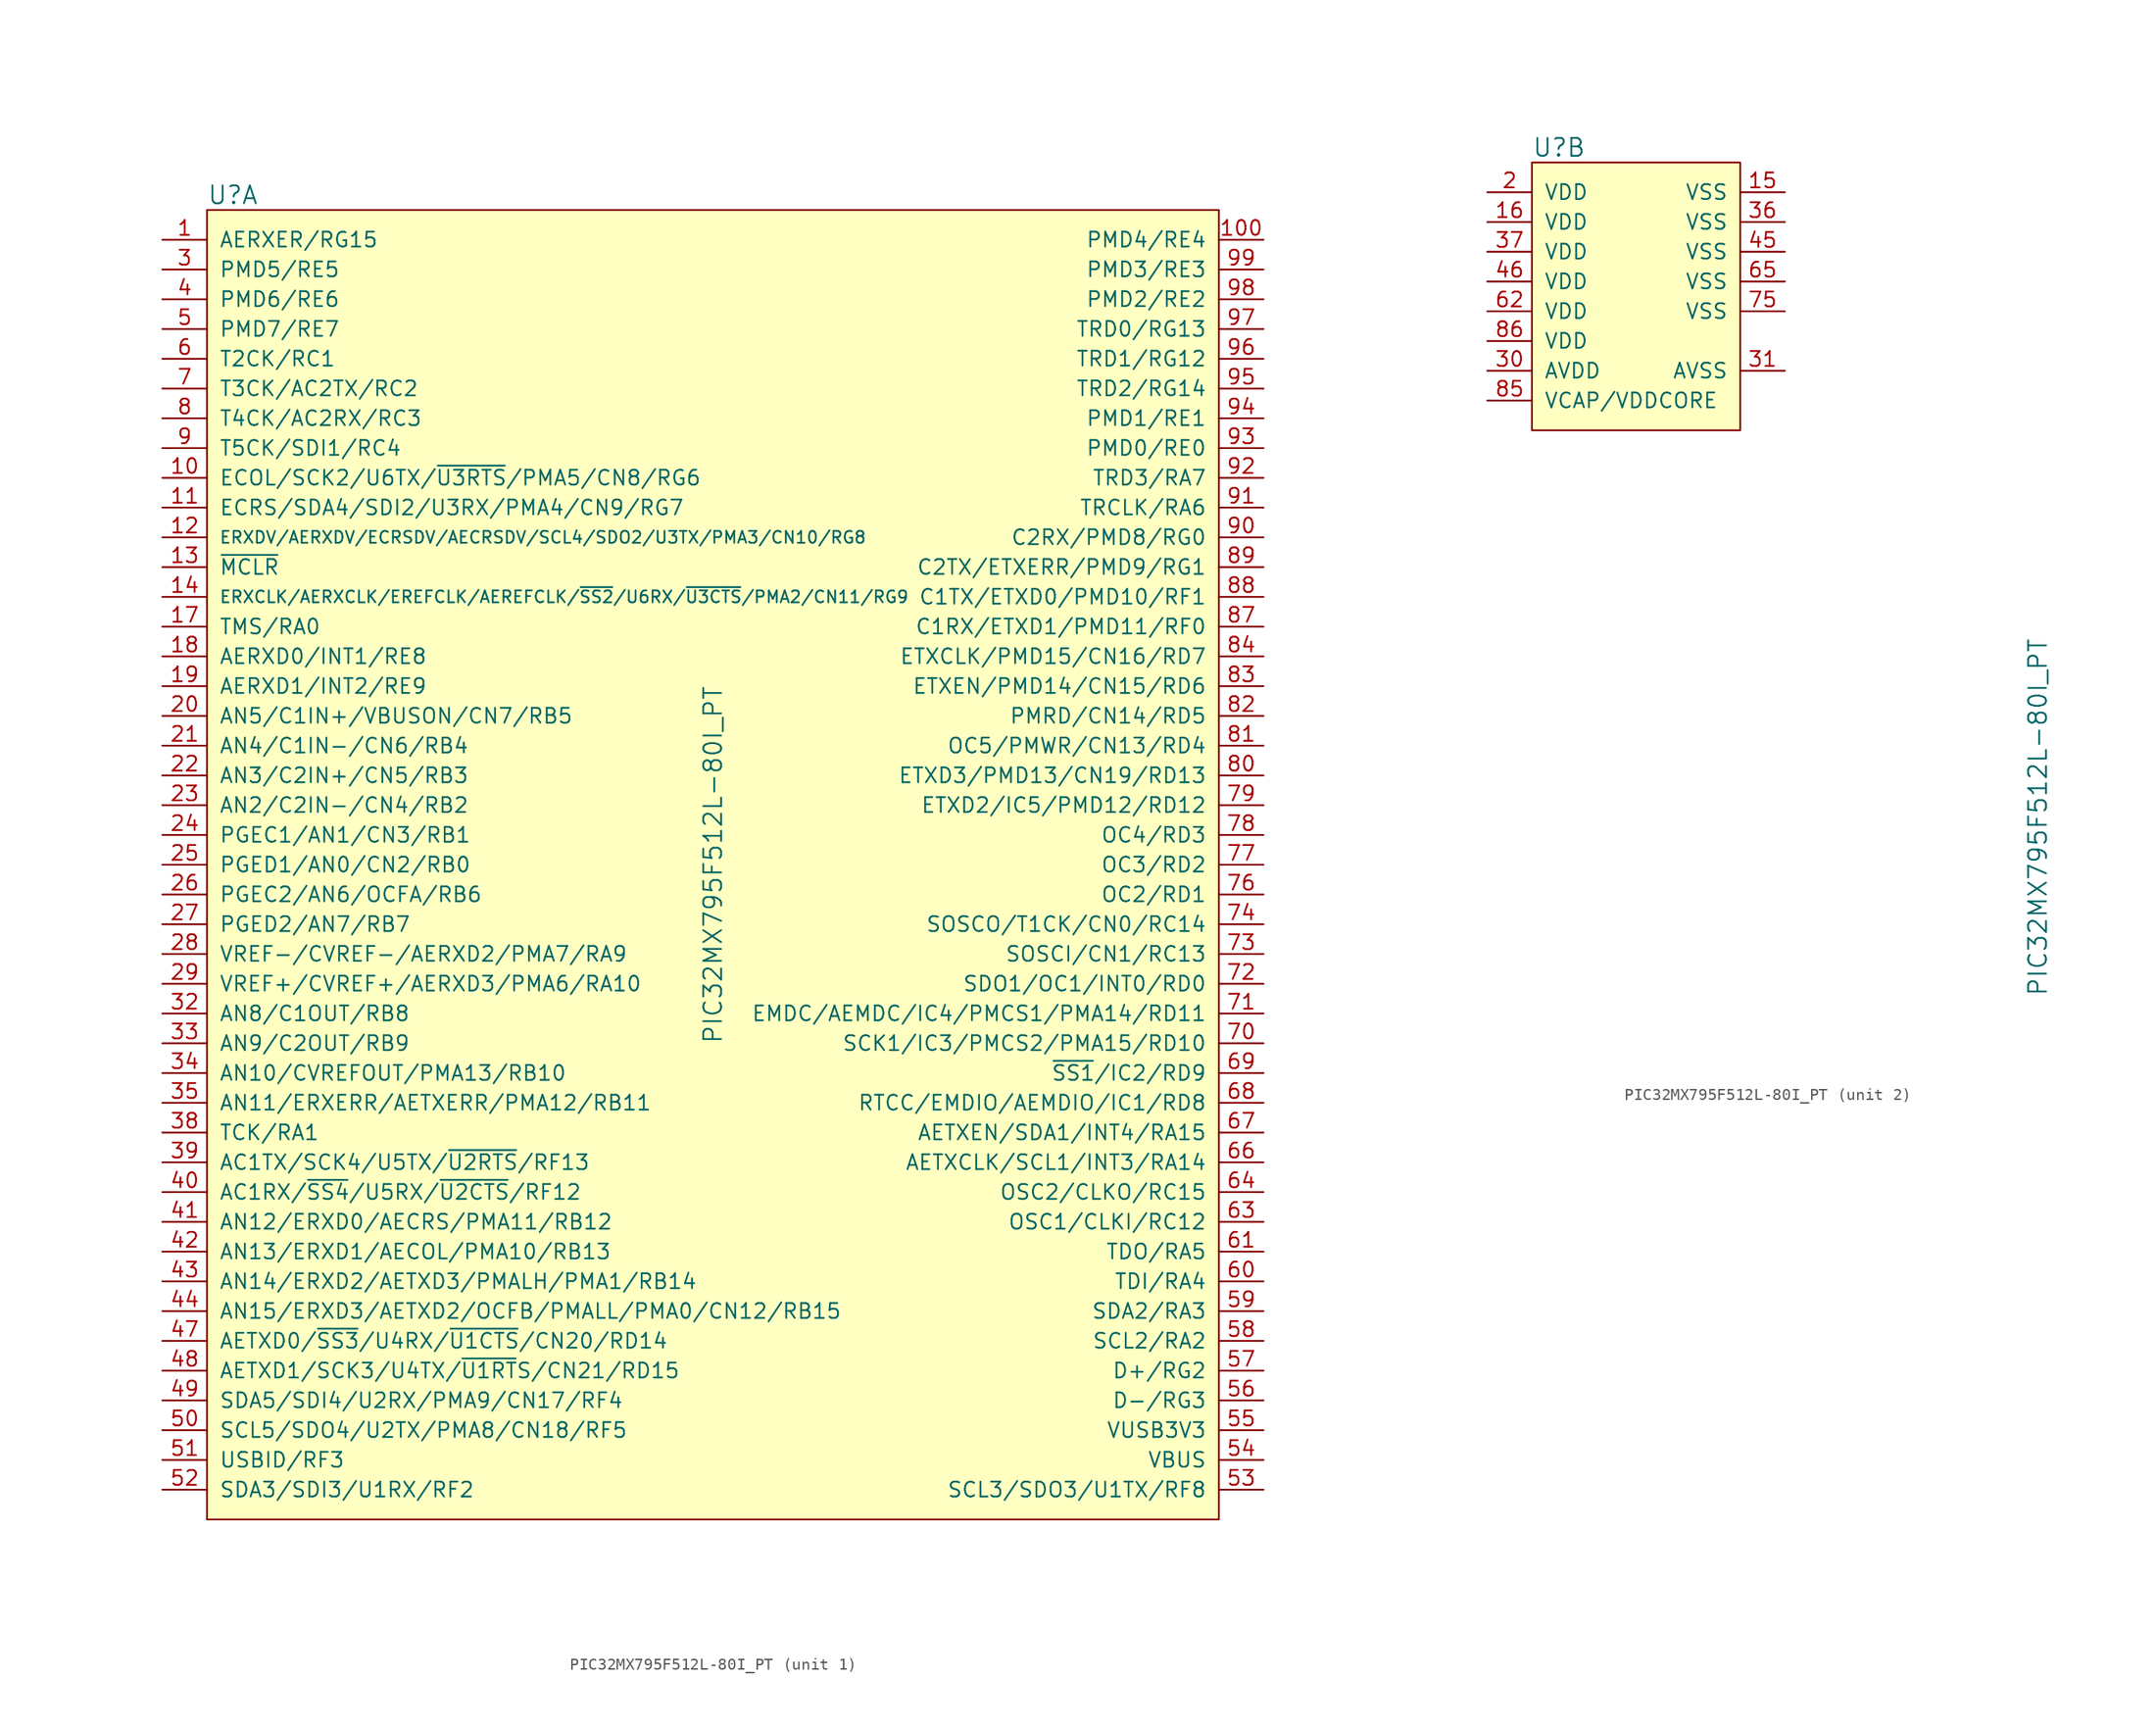
<source format=kicad_sym>
(kicad_symbol_lib
  (version 20211014)
  (generator kicad_symbol_editor)
  (symbol "PIC32MX795F512L-80I_PT"
    (pin_names
      (offset 1.016))
    (property "Reference" "U"
      (at 1.27 1.27 0)
      (effects (font (size 1.524 1.524)) (justify left)))
    (property "Value" "PIC32MX795F512L-80I_PT"
      (at 44.45 -55.88 90)
      (effects (font (size 1.524 1.524))))
    (property "ki_locked" ""
      (at 0 0 0)
      (effects (font (size 1.27 1.27))))
    (symbol "PIC32MX795F512L-80I_PT_1_1"
      (rectangle (start 1.27 0) (end 87.63 -111.76) (stroke (width 0) (type default) (color 0 0 0 0)) (fill (type background)))
      (pin bidirectional line (at -2.54 -2.54 0) (length 3.81) (name "AERXER/RG15" (effects (font (size 1.27 1.27)))) (number "1" (effects (font (size 1.27 1.27)))))
      (pin bidirectional line (at -2.54 -22.86 0) (length 3.81) (name "ECOL/SCK2/U6TX/~{U3RTS}/PMA5/CN8/RG6" (effects (font (size 1.27 1.27)))) (number "10" (effects (font (size 1.27 1.27)))))
      (pin bidirectional line (at 91.44 -2.54 180) (length 3.81) (name "PMD4/RE4" (effects (font (size 1.27 1.27)))) (number "100" (effects (font (size 1.27 1.27)))))
      (pin bidirectional line (at -2.54 -25.4 0) (length 3.81) (name "ECRS/SDA4/SDI2/U3RX/PMA4/CN9/RG7" (effects (font (size 1.27 1.27)))) (number "11" (effects (font (size 1.27 1.27)))))
      (pin bidirectional line (at -2.54 -27.94 0) (length 3.81) (name "ERXDV/AERXDV/ECRSDV/AECRSDV/SCL4/SDO2/U3TX/PMA3/CN10/RG8" (effects (font (size 1.016 1.016)))) (number "12" (effects (font (size 1.27 1.27)))))
      (pin input line (at -2.54 -30.48 0) (length 3.81) (name "~{MCLR}" (effects (font (size 1.27 1.27)))) (number "13" (effects (font (size 1.27 1.27)))))
      (pin bidirectional line (at -2.54 -33.02 0) (length 3.81) (name "ERXCLK/AERXCLK/EREFCLK/AEREFCLK/~{SS2}/U6RX/~{U3CTS}/PMA2/CN11/RG9" (effects (font (size 1.016 1.016)))) (number "14" (effects (font (size 1.27 1.27)))))
      (pin bidirectional line (at -2.54 -35.56 0) (length 3.81) (name "TMS/RA0" (effects (font (size 1.27 1.27)))) (number "17" (effects (font (size 1.27 1.27)))))
      (pin bidirectional line (at -2.54 -38.1 0) (length 3.81) (name "AERXD0/INT1/RE8" (effects (font (size 1.27 1.27)))) (number "18" (effects (font (size 1.27 1.27)))))
      (pin bidirectional line (at -2.54 -40.64 0) (length 3.81) (name "AERXD1/INT2/RE9" (effects (font (size 1.27 1.27)))) (number "19" (effects (font (size 1.27 1.27)))))
      (pin bidirectional line (at -2.54 -43.18 0) (length 3.81) (name "AN5/C1IN+/VBUSON/CN7/RB5" (effects (font (size 1.27 1.27)))) (number "20" (effects (font (size 1.27 1.27)))))
      (pin bidirectional line (at -2.54 -45.72 0) (length 3.81) (name "AN4/C1IN-/CN6/RB4" (effects (font (size 1.27 1.27)))) (number "21" (effects (font (size 1.27 1.27)))))
      (pin bidirectional line (at -2.54 -48.26 0) (length 3.81) (name "AN3/C2IN+/CN5/RB3" (effects (font (size 1.27 1.27)))) (number "22" (effects (font (size 1.27 1.27)))))
      (pin bidirectional line (at -2.54 -50.8 0) (length 3.81) (name "AN2/C2IN-/CN4/RB2" (effects (font (size 1.27 1.27)))) (number "23" (effects (font (size 1.27 1.27)))))
      (pin bidirectional line (at -2.54 -53.34 0) (length 3.81) (name "PGEC1/AN1/CN3/RB1" (effects (font (size 1.27 1.27)))) (number "24" (effects (font (size 1.27 1.27)))))
      (pin bidirectional line (at -2.54 -55.88 0) (length 3.81) (name "PGED1/AN0/CN2/RB0" (effects (font (size 1.27 1.27)))) (number "25" (effects (font (size 1.27 1.27)))))
      (pin bidirectional line (at -2.54 -58.42 0) (length 3.81) (name "PGEC2/AN6/OCFA/RB6" (effects (font (size 1.27 1.27)))) (number "26" (effects (font (size 1.27 1.27)))))
      (pin bidirectional line (at -2.54 -60.96 0) (length 3.81) (name "PGED2/AN7/RB7" (effects (font (size 1.27 1.27)))) (number "27" (effects (font (size 1.27 1.27)))))
      (pin bidirectional line (at -2.54 -63.5 0) (length 3.81) (name "VREF-/CVREF-/AERXD2/PMA7/RA9" (effects (font (size 1.27 1.27)))) (number "28" (effects (font (size 1.27 1.27)))))
      (pin bidirectional line (at -2.54 -66.04 0) (length 3.81) (name "VREF+/CVREF+/AERXD3/PMA6/RA10" (effects (font (size 1.27 1.27)))) (number "29" (effects (font (size 1.27 1.27)))))
      (pin bidirectional line (at -2.54 -5.08 0) (length 3.81) (name "PMD5/RE5" (effects (font (size 1.27 1.27)))) (number "3" (effects (font (size 1.27 1.27)))))
      (pin bidirectional line (at -2.54 -68.58 0) (length 3.81) (name "AN8/C1OUT/RB8" (effects (font (size 1.27 1.27)))) (number "32" (effects (font (size 1.27 1.27)))))
      (pin bidirectional line (at -2.54 -71.12 0) (length 3.81) (name "AN9/C2OUT/RB9" (effects (font (size 1.27 1.27)))) (number "33" (effects (font (size 1.27 1.27)))))
      (pin bidirectional line (at -2.54 -73.66 0) (length 3.81) (name "AN10/CVREFOUT/PMA13/RB10" (effects (font (size 1.27 1.27)))) (number "34" (effects (font (size 1.27 1.27)))))
      (pin bidirectional line (at -2.54 -76.2 0) (length 3.81) (name "AN11/ERXERR/AETXERR/PMA12/RB11" (effects (font (size 1.27 1.27)))) (number "35" (effects (font (size 1.27 1.27)))))
      (pin bidirectional line (at -2.54 -78.74 0) (length 3.81) (name "TCK/RA1" (effects (font (size 1.27 1.27)))) (number "38" (effects (font (size 1.27 1.27)))))
      (pin bidirectional line (at -2.54 -81.28 0) (length 3.81) (name "AC1TX/SCK4/U5TX/~{U2RTS}/RF13" (effects (font (size 1.27 1.27)))) (number "39" (effects (font (size 1.27 1.27)))))
      (pin bidirectional line (at -2.54 -7.62 0) (length 3.81) (name "PMD6/RE6" (effects (font (size 1.27 1.27)))) (number "4" (effects (font (size 1.27 1.27)))))
      (pin bidirectional line (at -2.54 -83.82 0) (length 3.81) (name "AC1RX/~{SS4}/U5RX/~{U2CTS}/RF12" (effects (font (size 1.27 1.27)))) (number "40" (effects (font (size 1.27 1.27)))))
      (pin bidirectional line (at -2.54 -86.36 0) (length 3.81) (name "AN12/ERXD0/AECRS/PMA11/RB12" (effects (font (size 1.27 1.27)))) (number "41" (effects (font (size 1.27 1.27)))))
      (pin bidirectional line (at -2.54 -88.9 0) (length 3.81) (name "AN13/ERXD1/AECOL/PMA10/RB13" (effects (font (size 1.27 1.27)))) (number "42" (effects (font (size 1.27 1.27)))))
      (pin bidirectional line (at -2.54 -91.44 0) (length 3.81) (name "AN14/ERXD2/AETXD3/PMALH/PMA1/RB14" (effects (font (size 1.27 1.27)))) (number "43" (effects (font (size 1.27 1.27)))))
      (pin bidirectional line (at -2.54 -93.98 0) (length 3.81) (name "AN15/ERXD3/AETXD2/OCFB/PMALL/PMA0/CN12/RB15" (effects (font (size 1.27 1.27)))) (number "44" (effects (font (size 1.27 1.27)))))
      (pin bidirectional line (at -2.54 -96.52 0) (length 3.81) (name "AETXD0/~{SS3}/U4RX/~{U1CTS}/CN20/RD14" (effects (font (size 1.27 1.27)))) (number "47" (effects (font (size 1.27 1.27)))))
      (pin bidirectional line (at -2.54 -99.06 0) (length 3.81) (name "AETXD1/SCK3/U4TX/~{U1RT}S/CN21/RD15" (effects (font (size 1.27 1.27)))) (number "48" (effects (font (size 1.27 1.27)))))
      (pin bidirectional line (at -2.54 -101.6 0) (length 3.81) (name "SDA5/SDI4/U2RX/PMA9/CN17/RF4" (effects (font (size 1.27 1.27)))) (number "49" (effects (font (size 1.27 1.27)))))
      (pin bidirectional line (at -2.54 -10.16 0) (length 3.81) (name "PMD7/RE7" (effects (font (size 1.27 1.27)))) (number "5" (effects (font (size 1.27 1.27)))))
      (pin bidirectional line (at -2.54 -104.14 0) (length 3.81) (name "SCL5/SDO4/U2TX/PMA8/CN18/RF5" (effects (font (size 1.27 1.27)))) (number "50" (effects (font (size 1.27 1.27)))))
      (pin bidirectional line (at -2.54 -106.68 0) (length 3.81) (name "USBID/RF3" (effects (font (size 1.27 1.27)))) (number "51" (effects (font (size 1.27 1.27)))))
      (pin bidirectional line (at -2.54 -109.22 0) (length 3.81) (name "SDA3/SDI3/U1RX/RF2" (effects (font (size 1.27 1.27)))) (number "52" (effects (font (size 1.27 1.27)))))
      (pin bidirectional line (at 91.44 -109.22 180) (length 3.81) (name "SCL3/SDO3/U1TX/RF8" (effects (font (size 1.27 1.27)))) (number "53" (effects (font (size 1.27 1.27)))))
      (pin bidirectional line (at 91.44 -106.68 180) (length 3.81) (name "VBUS" (effects (font (size 1.27 1.27)))) (number "54" (effects (font (size 1.27 1.27)))))
      (pin input line (at 91.44 -104.14 180) (length 3.81) (name "VUSB3V3" (effects (font (size 1.27 1.27)))) (number "55" (effects (font (size 1.27 1.27)))))
      (pin bidirectional line (at 91.44 -101.6 180) (length 3.81) (name "D-/RG3" (effects (font (size 1.27 1.27)))) (number "56" (effects (font (size 1.27 1.27)))))
      (pin bidirectional line (at 91.44 -99.06 180) (length 3.81) (name "D+/RG2" (effects (font (size 1.27 1.27)))) (number "57" (effects (font (size 1.27 1.27)))))
      (pin bidirectional line (at 91.44 -96.52 180) (length 3.81) (name "SCL2/RA2" (effects (font (size 1.27 1.27)))) (number "58" (effects (font (size 1.27 1.27)))))
      (pin bidirectional line (at 91.44 -93.98 180) (length 3.81) (name "SDA2/RA3" (effects (font (size 1.27 1.27)))) (number "59" (effects (font (size 1.27 1.27)))))
      (pin bidirectional line (at -2.54 -12.7 0) (length 3.81) (name "T2CK/RC1" (effects (font (size 1.27 1.27)))) (number "6" (effects (font (size 1.27 1.27)))))
      (pin bidirectional line (at 91.44 -91.44 180) (length 3.81) (name "TDI/RA4" (effects (font (size 1.27 1.27)))) (number "60" (effects (font (size 1.27 1.27)))))
      (pin bidirectional line (at 91.44 -88.9 180) (length 3.81) (name "TDO/RA5" (effects (font (size 1.27 1.27)))) (number "61" (effects (font (size 1.27 1.27)))))
      (pin bidirectional line (at 91.44 -86.36 180) (length 3.81) (name "OSC1/CLKI/RC12" (effects (font (size 1.27 1.27)))) (number "63" (effects (font (size 1.27 1.27)))))
      (pin bidirectional line (at 91.44 -83.82 180) (length 3.81) (name "OSC2/CLKO/RC15" (effects (font (size 1.27 1.27)))) (number "64" (effects (font (size 1.27 1.27)))))
      (pin bidirectional line (at 91.44 -81.28 180) (length 3.81) (name "AETXCLK/SCL1/INT3/RA14" (effects (font (size 1.27 1.27)))) (number "66" (effects (font (size 1.27 1.27)))))
      (pin bidirectional line (at 91.44 -78.74 180) (length 3.81) (name "AETXEN/SDA1/INT4/RA15" (effects (font (size 1.27 1.27)))) (number "67" (effects (font (size 1.27 1.27)))))
      (pin bidirectional line (at 91.44 -76.2 180) (length 3.81) (name "RTCC/EMDIO/AEMDIO/IC1/RD8" (effects (font (size 1.27 1.27)))) (number "68" (effects (font (size 1.27 1.27)))))
      (pin bidirectional line (at 91.44 -73.66 180) (length 3.81) (name "~{SS1}/IC2/RD9" (effects (font (size 1.27 1.27)))) (number "69" (effects (font (size 1.27 1.27)))))
      (pin bidirectional line (at -2.54 -15.24 0) (length 3.81) (name "T3CK/AC2TX/RC2" (effects (font (size 1.27 1.27)))) (number "7" (effects (font (size 1.27 1.27)))))
      (pin bidirectional line (at 91.44 -71.12 180) (length 3.81) (name "SCK1/IC3/PMCS2/PMA15/RD10" (effects (font (size 1.27 1.27)))) (number "70" (effects (font (size 1.27 1.27)))))
      (pin bidirectional line (at 91.44 -68.58 180) (length 3.81) (name "EMDC/AEMDC/IC4/PMCS1/PMA14/RD11" (effects (font (size 1.27 1.27)))) (number "71" (effects (font (size 1.27 1.27)))))
      (pin bidirectional line (at 91.44 -66.04 180) (length 3.81) (name "SDO1/OC1/INT0/RD0" (effects (font (size 1.27 1.27)))) (number "72" (effects (font (size 1.27 1.27)))))
      (pin bidirectional line (at 91.44 -63.5 180) (length 3.81) (name "SOSCI/CN1/RC13" (effects (font (size 1.27 1.27)))) (number "73" (effects (font (size 1.27 1.27)))))
      (pin bidirectional line (at 91.44 -60.96 180) (length 3.81) (name "SOSCO/T1CK/CN0/RC14" (effects (font (size 1.27 1.27)))) (number "74" (effects (font (size 1.27 1.27)))))
      (pin bidirectional line (at 91.44 -58.42 180) (length 3.81) (name "OC2/RD1" (effects (font (size 1.27 1.27)))) (number "76" (effects (font (size 1.27 1.27)))))
      (pin bidirectional line (at 91.44 -55.88 180) (length 3.81) (name "OC3/RD2" (effects (font (size 1.27 1.27)))) (number "77" (effects (font (size 1.27 1.27)))))
      (pin bidirectional line (at 91.44 -53.34 180) (length 3.81) (name "OC4/RD3" (effects (font (size 1.27 1.27)))) (number "78" (effects (font (size 1.27 1.27)))))
      (pin bidirectional line (at 91.44 -50.8 180) (length 3.81) (name "ETXD2/IC5/PMD12/RD12" (effects (font (size 1.27 1.27)))) (number "79" (effects (font (size 1.27 1.27)))))
      (pin bidirectional line (at -2.54 -17.78 0) (length 3.81) (name "T4CK/AC2RX/RC3" (effects (font (size 1.27 1.27)))) (number "8" (effects (font (size 1.27 1.27)))))
      (pin bidirectional line (at 91.44 -48.26 180) (length 3.81) (name "ETXD3/PMD13/CN19/RD13" (effects (font (size 1.27 1.27)))) (number "80" (effects (font (size 1.27 1.27)))))
      (pin bidirectional line (at 91.44 -45.72 180) (length 3.81) (name "OC5/PMWR/CN13/RD4" (effects (font (size 1.27 1.27)))) (number "81" (effects (font (size 1.27 1.27)))))
      (pin bidirectional line (at 91.44 -43.18 180) (length 3.81) (name "PMRD/CN14/RD5" (effects (font (size 1.27 1.27)))) (number "82" (effects (font (size 1.27 1.27)))))
      (pin bidirectional line (at 91.44 -40.64 180) (length 3.81) (name "ETXEN/PMD14/CN15/RD6" (effects (font (size 1.27 1.27)))) (number "83" (effects (font (size 1.27 1.27)))))
      (pin bidirectional line (at 91.44 -38.1 180) (length 3.81) (name "ETXCLK/PMD15/CN16/RD7" (effects (font (size 1.27 1.27)))) (number "84" (effects (font (size 1.27 1.27)))))
      (pin bidirectional line (at 91.44 -35.56 180) (length 3.81) (name "C1RX/ETXD1/PMD11/RF0" (effects (font (size 1.27 1.27)))) (number "87" (effects (font (size 1.27 1.27)))))
      (pin bidirectional line (at 91.44 -33.02 180) (length 3.81) (name "C1TX/ETXD0/PMD10/RF1" (effects (font (size 1.27 1.27)))) (number "88" (effects (font (size 1.27 1.27)))))
      (pin bidirectional line (at 91.44 -30.48 180) (length 3.81) (name "C2TX/ETXERR/PMD9/RG1" (effects (font (size 1.27 1.27)))) (number "89" (effects (font (size 1.27 1.27)))))
      (pin bidirectional line (at -2.54 -20.32 0) (length 3.81) (name "T5CK/SDI1/RC4" (effects (font (size 1.27 1.27)))) (number "9" (effects (font (size 1.27 1.27)))))
      (pin bidirectional line (at 91.44 -27.94 180) (length 3.81) (name "C2RX/PMD8/RG0" (effects (font (size 1.27 1.27)))) (number "90" (effects (font (size 1.27 1.27)))))
      (pin bidirectional line (at 91.44 -25.4 180) (length 3.81) (name "TRCLK/RA6" (effects (font (size 1.27 1.27)))) (number "91" (effects (font (size 1.27 1.27)))))
      (pin bidirectional line (at 91.44 -22.86 180) (length 3.81) (name "TRD3/RA7" (effects (font (size 1.27 1.27)))) (number "92" (effects (font (size 1.27 1.27)))))
      (pin bidirectional line (at 91.44 -20.32 180) (length 3.81) (name "PMD0/RE0" (effects (font (size 1.27 1.27)))) (number "93" (effects (font (size 1.27 1.27)))))
      (pin bidirectional line (at 91.44 -17.78 180) (length 3.81) (name "PMD1/RE1" (effects (font (size 1.27 1.27)))) (number "94" (effects (font (size 1.27 1.27)))))
      (pin bidirectional line (at 91.44 -15.24 180) (length 3.81) (name "TRD2/RG14" (effects (font (size 1.27 1.27)))) (number "95" (effects (font (size 1.27 1.27)))))
      (pin bidirectional line (at 91.44 -12.7 180) (length 3.81) (name "TRD1/RG12" (effects (font (size 1.27 1.27)))) (number "96" (effects (font (size 1.27 1.27)))))
      (pin bidirectional line (at 91.44 -10.16 180) (length 3.81) (name "TRD0/RG13" (effects (font (size 1.27 1.27)))) (number "97" (effects (font (size 1.27 1.27)))))
      (pin bidirectional line (at 91.44 -7.62 180) (length 3.81) (name "PMD2/RE2" (effects (font (size 1.27 1.27)))) (number "98" (effects (font (size 1.27 1.27)))))
      (pin bidirectional line (at 91.44 -5.08 180) (length 3.81) (name "PMD3/RE3" (effects (font (size 1.27 1.27)))) (number "99" (effects (font (size 1.27 1.27))))))
    (symbol "PIC32MX795F512L-80I_PT_2_1"
      (rectangle (start 1.27 0) (end 19.05 -22.86) (stroke (width 0) (type default) (color 0 0 0 0)) (fill (type background)))
      (pin power_in line (at 22.86 -2.54 180) (length 3.81) (name "VSS" (effects (font (size 1.27 1.27)))) (number "15" (effects (font (size 1.27 1.27)))))
      (pin power_in line (at -2.54 -5.08 0) (length 3.81) (name "VDD" (effects (font (size 1.27 1.27)))) (number "16" (effects (font (size 1.27 1.27)))))
      (pin power_in line (at -2.54 -2.54 0) (length 3.81) (name "VDD" (effects (font (size 1.27 1.27)))) (number "2" (effects (font (size 1.27 1.27)))))
      (pin power_in line (at -2.54 -17.78 0) (length 3.81) (name "AVDD" (effects (font (size 1.27 1.27)))) (number "30" (effects (font (size 1.27 1.27)))))
      (pin power_in line (at 22.86 -17.78 180) (length 3.81) (name "AVSS" (effects (font (size 1.27 1.27)))) (number "31" (effects (font (size 1.27 1.27)))))
      (pin power_in line (at 22.86 -5.08 180) (length 3.81) (name "VSS" (effects (font (size 1.27 1.27)))) (number "36" (effects (font (size 1.27 1.27)))))
      (pin power_in line (at -2.54 -7.62 0) (length 3.81) (name "VDD" (effects (font (size 1.27 1.27)))) (number "37" (effects (font (size 1.27 1.27)))))
      (pin power_in line (at 22.86 -7.62 180) (length 3.81) (name "VSS" (effects (font (size 1.27 1.27)))) (number "45" (effects (font (size 1.27 1.27)))))
      (pin power_in line (at -2.54 -10.16 0) (length 3.81) (name "VDD" (effects (font (size 1.27 1.27)))) (number "46" (effects (font (size 1.27 1.27)))))
      (pin power_in line (at -2.54 -12.7 0) (length 3.81) (name "VDD" (effects (font (size 1.27 1.27)))) (number "62" (effects (font (size 1.27 1.27)))))
      (pin power_in line (at 22.86 -10.16 180) (length 3.81) (name "VSS" (effects (font (size 1.27 1.27)))) (number "65" (effects (font (size 1.27 1.27)))))
      (pin power_in line (at 22.86 -12.7 180) (length 3.81) (name "VSS" (effects (font (size 1.27 1.27)))) (number "75" (effects (font (size 1.27 1.27)))))
      (pin power_in line (at -2.54 -20.32 0) (length 3.81) (name "VCAP/VDDCORE" (effects (font (size 1.27 1.27)))) (number "85" (effects (font (size 1.27 1.27)))))
      (pin power_in line (at -2.54 -15.24 0) (length 3.81) (name "VDD" (effects (font (size 1.27 1.27)))) (number "86" (effects (font (size 1.27 1.27))))))))
</source>
